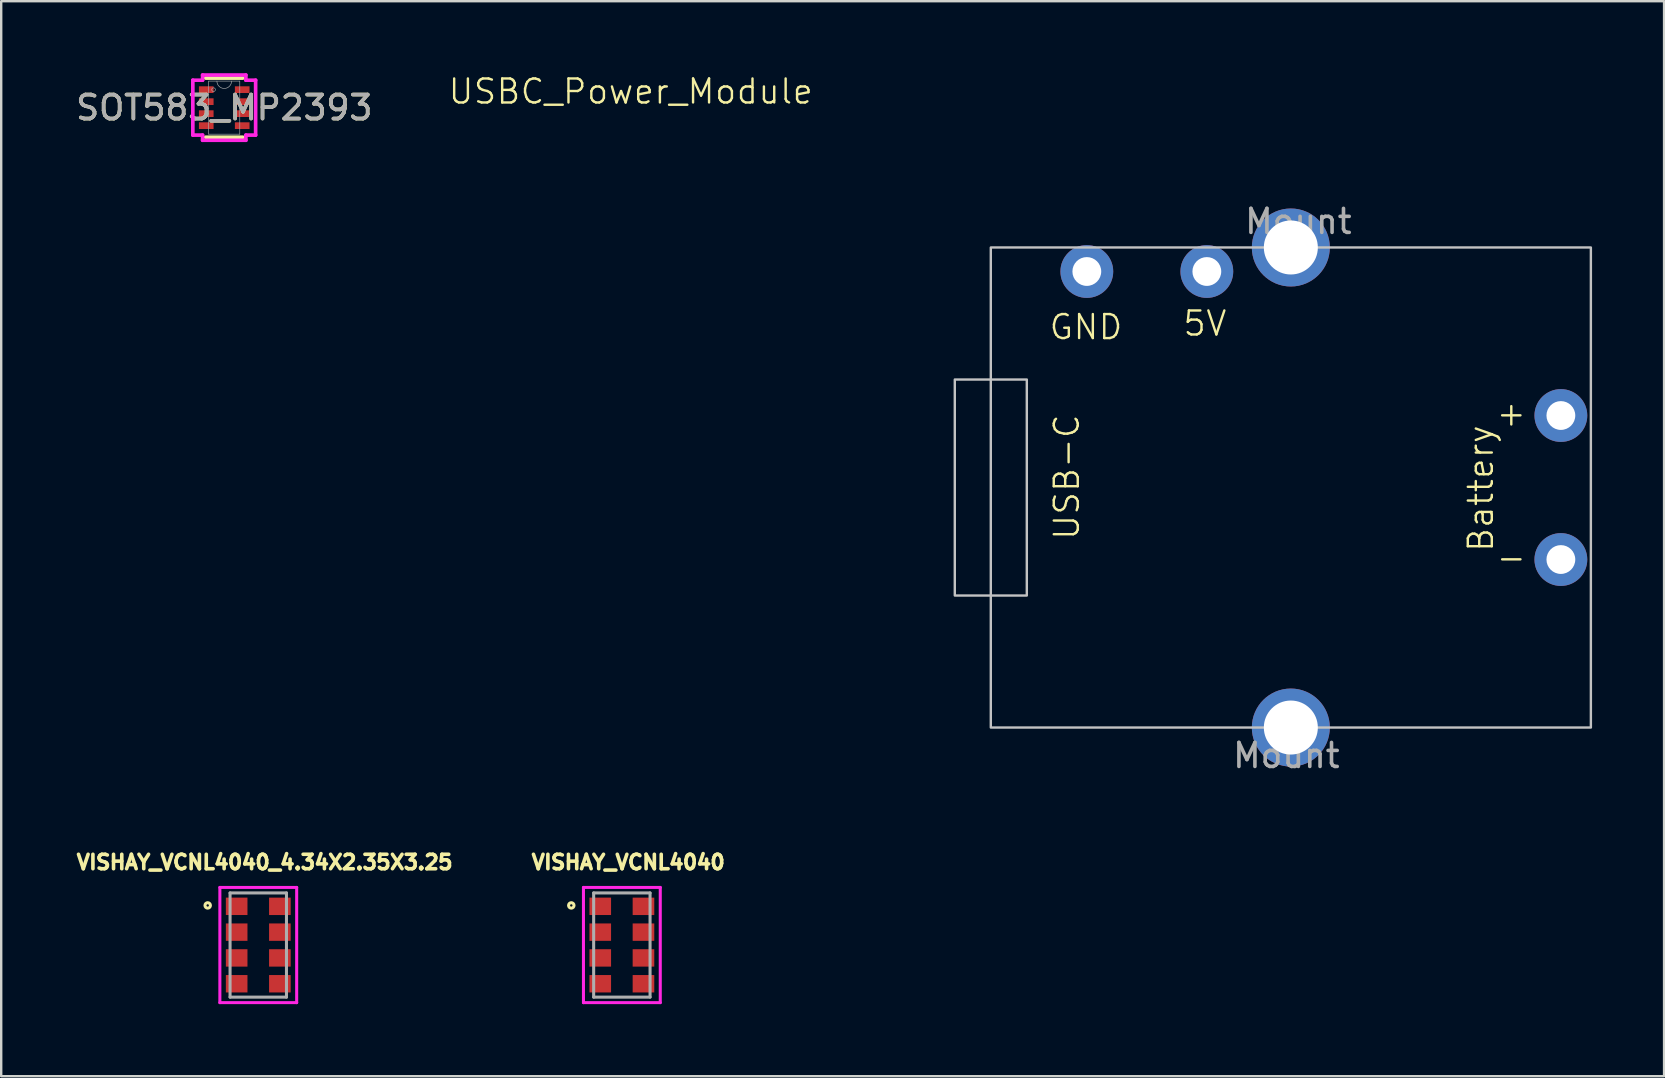
<source format=kicad_pcb>
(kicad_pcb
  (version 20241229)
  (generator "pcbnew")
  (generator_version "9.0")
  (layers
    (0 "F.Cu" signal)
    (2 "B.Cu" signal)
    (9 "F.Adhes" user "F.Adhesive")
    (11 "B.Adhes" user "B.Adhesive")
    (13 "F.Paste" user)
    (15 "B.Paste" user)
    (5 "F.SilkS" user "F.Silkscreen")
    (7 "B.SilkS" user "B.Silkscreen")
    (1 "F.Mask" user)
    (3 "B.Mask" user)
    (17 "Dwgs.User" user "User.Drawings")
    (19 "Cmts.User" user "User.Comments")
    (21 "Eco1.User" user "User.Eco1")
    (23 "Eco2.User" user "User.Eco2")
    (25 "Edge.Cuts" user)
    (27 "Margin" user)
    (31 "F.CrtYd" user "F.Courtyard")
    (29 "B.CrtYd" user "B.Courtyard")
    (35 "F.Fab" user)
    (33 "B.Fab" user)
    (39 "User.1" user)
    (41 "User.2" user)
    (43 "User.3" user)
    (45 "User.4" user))
  (footprint "VISHAY_VCNL4040_4.34X2.35X3.25"
    (layer "F.Cu")
    (at 7.71 36.322)
    (property "Reference" "VISHAY_VCNL4040_4.34X2.35X3.25" (at 0.266 -3.45 0) (layer "F.SilkS") (effects (font (size 0.601 0.601) (thickness 0.15))))
    (attr smd)
    (fp_circle (center -2.107 -1.65) (end -2.057 -1.65) (stroke (width 0.127) (type solid)) (fill no) (layer "F.SilkS"))
    (fp_line (start -1.6 -2.4) (end 1.6 -2.4) (stroke (width 0.127) (type solid)) (layer "F.CrtYd"))
    (fp_line (start -1.6 2.4) (end -1.6 -2.4) (stroke (width 0.127) (type solid)) (layer "F.CrtYd"))
    (fp_line (start 1.6 -2.4) (end 1.6 2.4) (stroke (width 0.127) (type solid)) (layer "F.CrtYd"))
    (fp_line (start 1.6 2.4) (end -1.6 2.4) (stroke (width 0.127) (type solid)) (layer "F.CrtYd"))
    (fp_line (start -1.175 -2.17) (end 1.175 -2.17) (stroke (width 0.127) (type solid)) (layer "F.Fab"))
    (fp_line (start -1.175 2.17) (end -1.175 -2.17) (stroke (width 0.127) (type solid)) (layer "F.Fab"))
    (fp_line (start 1.175 -2.17) (end 1.175 2.17) (stroke (width 0.127) (type solid)) (layer "F.Fab"))
    (fp_line (start 1.175 2.17) (end -1.175 2.17) (stroke (width 0.127) (type solid)) (layer "F.Fab"))
    (pad "1" smd rect (at -0.9 -1.613) (size 0.9 0.725) (layers "F.Cu" "F.Mask" "F.Paste"))
    (pad "2" smd rect (at -0.9 -0.537) (size 0.9 0.725) (layers "F.Cu" "F.Mask" "F.Paste"))
    (pad "3" smd rect (at -0.9 0.537) (size 0.9 0.725) (layers "F.Cu" "F.Mask" "F.Paste"))
    (pad "4" smd rect (at -0.9 1.613) (size 0.9 0.725) (layers "F.Cu" "F.Mask" "F.Paste"))
    (pad "5" smd rect (at 0.9 1.613) (size 0.9 0.725) (layers "F.Cu" "F.Mask" "F.Paste"))
    (pad "6" smd rect (at 0.9 0.537) (size 0.9 0.725) (layers "F.Cu" "F.Mask" "F.Paste"))
    (pad "7" smd rect (at 0.9 -0.537) (size 0.9 0.725) (layers "F.Cu" "F.Mask" "F.Paste"))
    (pad "8" smd rect (at 0.9 -1.612) (size 0.9 0.725) (layers "F.Cu" "F.Mask" "F.Paste")))
  (footprint "USBC_Power_Module"
    (layer "F.Cu")
    (at 38.229 7.261)
    (property "Reference" "USBC_Power_Module" (at -15 -6.5 0) (unlocked yes) (layer "F.SilkS") (effects (font (size 1 1) (thickness 0.1))))
    (attr through_hole)
    (fp_rect (start -1.5 5.5) (end 1.5 14.5) (stroke (width 0.1) (type default)) (fill no) (layer "Dwgs.User"))
    (fp_rect (start 0 0) (end 25 20) (stroke (width 0.1) (type default)) (fill no) (layer "Dwgs.User"))
    (fp_text user "Battery" (at 21 12.75 90) (unlocked yes) (layer "F.SilkS") (effects (font (size 1 1) (thickness 0.1)) (justify left bottom)))
    (fp_text user "-" (at 21 13.5 0) (unlocked yes) (layer "F.SilkS") (effects (font (size 1 1) (thickness 0.1)) (justify left bottom)))
    (fp_text user "+" (at 21 7.5 0) (unlocked yes) (layer "F.SilkS") (effects (font (size 1 1) (thickness 0.1)) (justify left bottom)))
    (fp_text user "5V" (at 7.95 3.75 0) (unlocked yes) (layer "F.SilkS") (effects (font (size 1 1) (thickness 0.1)) (justify left bottom)))
    (fp_text user "USB-C" (at 3.75 12.25 90) (unlocked yes) (layer "F.SilkS") (effects (font (size 1 1) (thickness 0.1)) (justify left bottom)))
    (fp_text user "GND" (at 2.375 3.9 0) (unlocked yes) (layer "F.SilkS") (effects (font (size 1 1) (thickness 0.1)) (justify left bottom)))
    (fp_text user "Mount" (at 10.5 -0.5 0) (unlocked yes) (layer "F.Fab") (effects (font (size 1 1) (thickness 0.15)) (justify left bottom)))
    (fp_text user "Mount" (at 10 21.75 0) (unlocked yes) (layer "F.Fab") (effects (font (size 1 1) (thickness 0.15)) (justify left bottom)))
    (pad "" np_thru_hole circle (at 12.5 0 90) (size 3.25 3.25) (drill 2.25) (layers "*.Cu" "*.Mask"))
    (pad "" np_thru_hole circle (at 12.5 20 90) (size 3.25 3.25) (drill 2.25) (layers "*.Cu" "*.Mask"))
    (pad "1" thru_hole circle (at 4 1) (size 2.2 2.2) (drill 1.2) (layers "*.Cu" "*.Mask"))
    (pad "2" thru_hole circle (at 9 1) (size 2.2 2.2) (drill 1.2) (layers "*.Cu" "*.Mask"))
    (pad "5V" thru_hole circle (at 23.75 7) (size 2.2 2.2) (drill 1.2) (layers "*.Cu" "*.Mask"))
    (pad "GND" thru_hole circle (at 23.75 13) (size 2.2 2.2) (drill 1.2) (layers "*.Cu" "*.Mask")))
  (footprint "SOT583_MP2393"
    (layer "F.Cu")
    (at 6.292 1.435)
    (property "Reference" "SOT583_MP2393" (at 0 0 0) (unlocked yes) (layer "F.SilkS") (effects (font (size 1 1) (thickness 0.15))))
    (attr smd)
    (fp_line (start -0.775 1.232) (end 0.775 1.232) (stroke (width 0.152) (type solid)) (layer "F.SilkS"))
    (fp_line (start 0.775 -1.232) (end -0.775 -1.232) (stroke (width 0.152) (type solid)) (layer "F.SilkS"))
    (fp_line (start -1.308 -1.144) (end -0.902 -1.144) (stroke (width 0.152) (type solid)) (layer "F.CrtYd"))
    (fp_line (start -1.308 1.144) (end -1.308 -1.144) (stroke (width 0.152) (type solid)) (layer "F.CrtYd"))
    (fp_line (start -0.902 -1.359) (end 0.902 -1.359) (stroke (width 0.152) (type solid)) (layer "F.CrtYd"))
    (fp_line (start -0.902 -1.144) (end -0.902 -1.359) (stroke (width 0.152) (type solid)) (layer "F.CrtYd"))
    (fp_line (start -0.902 1.144) (end -1.308 1.144) (stroke (width 0.152) (type solid)) (layer "F.CrtYd"))
    (fp_line (start -0.902 1.359) (end -0.902 1.144) (stroke (width 0.152) (type solid)) (layer "F.CrtYd"))
    (fp_line (start 0.902 -1.359) (end 0.902 -1.144) (stroke (width 0.152) (type solid)) (layer "F.CrtYd"))
    (fp_line (start 0.902 -1.144) (end 1.308 -1.144) (stroke (width 0.152) (type solid)) (layer "F.CrtYd"))
    (fp_line (start 0.902 1.144) (end 0.902 1.359) (stroke (width 0.152) (type solid)) (layer "F.CrtYd"))
    (fp_line (start 0.902 1.359) (end -0.902 1.359) (stroke (width 0.152) (type solid)) (layer "F.CrtYd"))
    (fp_line (start 1.308 -1.144) (end 1.308 1.144) (stroke (width 0.152) (type solid)) (layer "F.CrtYd"))
    (fp_line (start 1.308 1.144) (end 0.902 1.144) (stroke (width 0.152) (type solid)) (layer "F.CrtYd"))
    (fp_line (start -0.648 -1.105) (end -0.648 1.105) (stroke (width 0.025) (type solid)) (layer "F.Fab"))
    (fp_line (start -0.648 1.105) (end 0.648 1.105) (stroke (width 0.025) (type solid)) (layer "F.Fab"))
    (fp_line (start 0.648 -1.105) (end -0.648 -1.105) (stroke (width 0.025) (type solid)) (layer "F.Fab"))
    (fp_line (start 0.648 1.105) (end 0.648 -1.105) (stroke (width 0.025) (type solid)) (layer "F.Fab"))
    (fp_arc (start 0.3048 -1.1049) (mid 0 -0.8001) (end -0.3048 -1.1049) (stroke (width 0.0254) (type solid)) (layer "F.Fab"))
    (fp_circle (center -0.445 -0.75) (end -0.368 -0.75) (stroke (width 0.025) (type solid)) (fill no) (layer "F.Fab"))
    (fp_text user "${REFERENCE}" (at 0 0 0) (unlocked yes) (layer "F.Fab") (effects (font (size 1 1) (thickness 0.15))))
    (pad "1" smd rect (at -0.749 -0.75) (size 0.61 0.279) (layers "F.Cu" "F.Mask" "F.Paste"))
    (pad "2" smd rect (at -0.749 -0.25) (size 0.61 0.279) (layers "F.Cu" "F.Mask" "F.Paste"))
    (pad "3" smd rect (at -0.749 0.25) (size 0.61 0.279) (layers "F.Cu" "F.Mask" "F.Paste"))
    (pad "4" smd rect (at -0.749 0.75) (size 0.61 0.279) (layers "F.Cu" "F.Mask" "F.Paste"))
    (pad "5" smd rect (at 0.749 0.75) (size 0.61 0.279) (layers "F.Cu" "F.Mask" "F.Paste"))
    (pad "6" smd rect (at 0.749 0.25) (size 0.61 0.279) (layers "F.Cu" "F.Mask" "F.Paste"))
    (pad "7" smd rect (at 0.749 -0.25) (size 0.61 0.279) (layers "F.Cu" "F.Mask" "F.Paste"))
    (pad "8" smd rect (at 0.749 -0.75) (size 0.61 0.279) (layers "F.Cu" "F.Mask" "F.Paste")))
  (footprint "VISHAY_VCNL4040"
    (layer "F.Cu")
    (at 22.858 36.322)
    (property "Reference" "VISHAY_VCNL4040" (at 0.266 -3.45 0) (layer "F.SilkS") (effects (font (size 0.601 0.601) (thickness 0.15))))
    (attr smd)
    (fp_circle (center -2.107 -1.65) (end -2.057 -1.65) (stroke (width 0.127) (type solid)) (fill no) (layer "F.SilkS"))
    (fp_line (start -1.6 -2.4) (end 1.6 -2.4) (stroke (width 0.127) (type solid)) (layer "F.CrtYd"))
    (fp_line (start -1.6 2.4) (end -1.6 -2.4) (stroke (width 0.127) (type solid)) (layer "F.CrtYd"))
    (fp_line (start 1.6 -2.4) (end 1.6 2.4) (stroke (width 0.127) (type solid)) (layer "F.CrtYd"))
    (fp_line (start 1.6 2.4) (end -1.6 2.4) (stroke (width 0.127) (type solid)) (layer "F.CrtYd"))
    (fp_line (start -1.175 -2.17) (end 1.175 -2.17) (stroke (width 0.127) (type solid)) (layer "F.Fab"))
    (fp_line (start -1.175 2.17) (end -1.175 -2.17) (stroke (width 0.127) (type solid)) (layer "F.Fab"))
    (fp_line (start 1.175 -2.17) (end 1.175 2.17) (stroke (width 0.127) (type solid)) (layer "F.Fab"))
    (fp_line (start 1.175 2.17) (end -1.175 2.17) (stroke (width 0.127) (type solid)) (layer "F.Fab"))
    (pad "1" smd rect (at -0.9 -1.613) (size 0.9 0.725) (layers "F.Cu" "F.Mask" "F.Paste"))
    (pad "2" smd rect (at -0.9 -0.537) (size 0.9 0.725) (layers "F.Cu" "F.Mask" "F.Paste"))
    (pad "3" smd rect (at -0.9 0.537) (size 0.9 0.725) (layers "F.Cu" "F.Mask" "F.Paste"))
    (pad "4" smd rect (at -0.9 1.613) (size 0.9 0.725) (layers "F.Cu" "F.Mask" "F.Paste"))
    (pad "5" smd rect (at 0.9 1.613) (size 0.9 0.725) (layers "F.Cu" "F.Mask" "F.Paste"))
    (pad "6" smd rect (at 0.9 0.537) (size 0.9 0.725) (layers "F.Cu" "F.Mask" "F.Paste"))
    (pad "7" smd rect (at 0.9 -0.537) (size 0.9 0.725) (layers "F.Cu" "F.Mask" "F.Paste"))
    (pad "8" smd rect (at 0.9 -1.612) (size 0.9 0.725) (layers "F.Cu" "F.Mask" "F.Paste")))
  (gr_rect
    (start -3 -3)
    (end 66.279 41.786)
    (stroke (width 0.1) (type default))
    (fill no)
    (layer "Edge.Cuts")))
</source>
